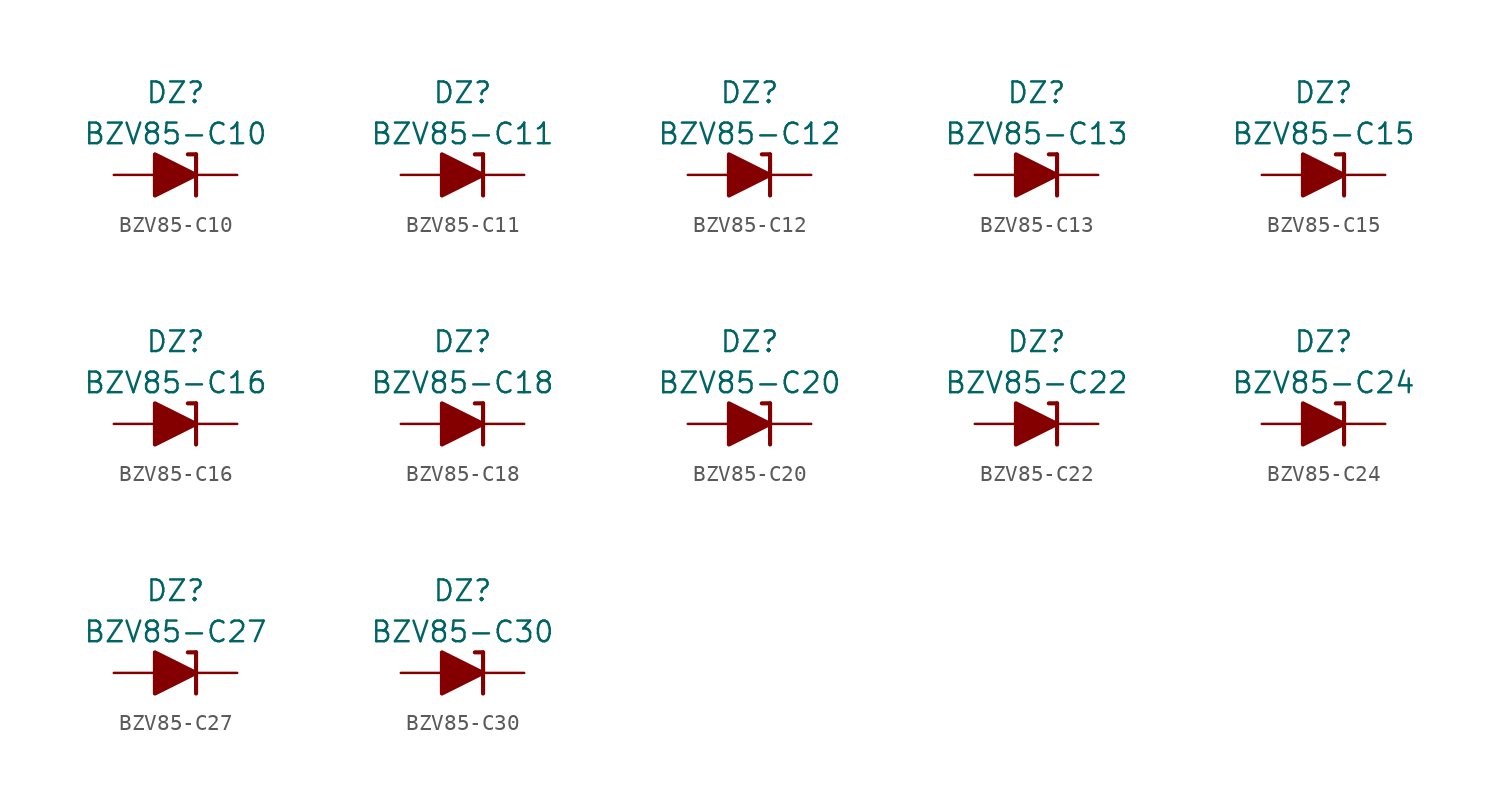
<source format=kicad_sym>
(kicad_symbol_lib
  (version 20211014)
  (generator kicad_symbol_editor)
  (symbol "BZV85-C10"
    (pin_numbers hide)
    (pin_names
      (offset 1.016) hide)
    (property "Reference" "DZ"
      (at 0 5.08 0)
      (effects (font (size 1.27 1.27))))
    (property "Value" "BZV85-C10"
      (at 0 2.54 0)
      (effects (font (size 1.27 1.27))))
    (symbol "BZV85-C10_0_1"
      (polyline (pts (xy -1.27 0) (xy 1.27 0)) (stroke (width 0) (type default) (color 0 0 0 0)) (fill (type none)))
      (polyline (pts (xy 1.27 1.27) (xy 0.762 1.27)) (stroke (width 0.254) (type default) (color 0 0 0 0)) (fill (type none)))
      (polyline (pts (xy 1.27 1.27) (xy 1.27 -1.27)) (stroke (width 0.254) (type default) (color 0 0 0 0)) (fill (type none)))
      (polyline (pts (xy -1.27 -1.27) (xy -1.27 1.27) (xy 1.27 0) (xy -1.27 -1.27)) (stroke (width 0.254) (type default) (color 0 0 0 0)) (fill (type outline))))
    (symbol "BZV85-C10_1_1"
      (pin passive line (at 3.81 0 180) (length 2.54) (name "K" (effects (font (size 1.27 1.27)))) (number "1" (effects (font (size 1.27 1.27)))))
      (pin passive line (at -3.81 0 0) (length 2.54) (name "A" (effects (font (size 1.27 1.27)))) (number "2" (effects (font (size 1.27 1.27)))))))
  (symbol "BZV85-C11"
    (pin_numbers hide)
    (pin_names
      (offset 1.016) hide)
    (property "Reference" "DZ"
      (at 0 5.08 0)
      (effects (font (size 1.27 1.27))))
    (property "Value" "BZV85-C11"
      (at 0 2.54 0)
      (effects (font (size 1.27 1.27))))
    (symbol "BZV85-C11_0_1"
      (polyline (pts (xy -1.27 0) (xy 1.27 0)) (stroke (width 0) (type default) (color 0 0 0 0)) (fill (type none)))
      (polyline (pts (xy 1.27 1.27) (xy 0.762 1.27)) (stroke (width 0.254) (type default) (color 0 0 0 0)) (fill (type none)))
      (polyline (pts (xy 1.27 1.27) (xy 1.27 -1.27)) (stroke (width 0.254) (type default) (color 0 0 0 0)) (fill (type none)))
      (polyline (pts (xy -1.27 -1.27) (xy -1.27 1.27) (xy 1.27 0) (xy -1.27 -1.27)) (stroke (width 0.254) (type default) (color 0 0 0 0)) (fill (type outline))))
    (symbol "BZV85-C11_1_1"
      (pin passive line (at 3.81 0 180) (length 2.54) (name "K" (effects (font (size 1.27 1.27)))) (number "1" (effects (font (size 1.27 1.27)))))
      (pin passive line (at -3.81 0 0) (length 2.54) (name "A" (effects (font (size 1.27 1.27)))) (number "2" (effects (font (size 1.27 1.27)))))))
  (symbol "BZV85-C12"
    (pin_numbers hide)
    (pin_names
      (offset 1.016) hide)
    (property "Reference" "DZ"
      (at 0 5.08 0)
      (effects (font (size 1.27 1.27))))
    (property "Value" "BZV85-C12"
      (at 0 2.54 0)
      (effects (font (size 1.27 1.27))))
    (symbol "BZV85-C12_0_1"
      (polyline (pts (xy -1.27 0) (xy 1.27 0)) (stroke (width 0) (type default) (color 0 0 0 0)) (fill (type none)))
      (polyline (pts (xy 1.27 1.27) (xy 0.762 1.27)) (stroke (width 0.254) (type default) (color 0 0 0 0)) (fill (type none)))
      (polyline (pts (xy 1.27 1.27) (xy 1.27 -1.27)) (stroke (width 0.254) (type default) (color 0 0 0 0)) (fill (type none)))
      (polyline (pts (xy -1.27 -1.27) (xy -1.27 1.27) (xy 1.27 0) (xy -1.27 -1.27)) (stroke (width 0.254) (type default) (color 0 0 0 0)) (fill (type outline))))
    (symbol "BZV85-C12_1_1"
      (pin passive line (at 3.81 0 180) (length 2.54) (name "K" (effects (font (size 1.27 1.27)))) (number "1" (effects (font (size 1.27 1.27)))))
      (pin passive line (at -3.81 0 0) (length 2.54) (name "A" (effects (font (size 1.27 1.27)))) (number "2" (effects (font (size 1.27 1.27)))))))
  (symbol "BZV85-C13"
    (pin_numbers hide)
    (pin_names
      (offset 1.016) hide)
    (property "Reference" "DZ"
      (at 0 5.08 0)
      (effects (font (size 1.27 1.27))))
    (property "Value" "BZV85-C13"
      (at 0 2.54 0)
      (effects (font (size 1.27 1.27))))
    (symbol "BZV85-C13_0_1"
      (polyline (pts (xy -1.27 0) (xy 1.27 0)) (stroke (width 0) (type default) (color 0 0 0 0)) (fill (type none)))
      (polyline (pts (xy 1.27 1.27) (xy 0.762 1.27)) (stroke (width 0.254) (type default) (color 0 0 0 0)) (fill (type none)))
      (polyline (pts (xy 1.27 1.27) (xy 1.27 -1.27)) (stroke (width 0.254) (type default) (color 0 0 0 0)) (fill (type none)))
      (polyline (pts (xy -1.27 -1.27) (xy -1.27 1.27) (xy 1.27 0) (xy -1.27 -1.27)) (stroke (width 0.254) (type default) (color 0 0 0 0)) (fill (type outline))))
    (symbol "BZV85-C13_1_1"
      (pin passive line (at 3.81 0 180) (length 2.54) (name "K" (effects (font (size 1.27 1.27)))) (number "1" (effects (font (size 1.27 1.27)))))
      (pin passive line (at -3.81 0 0) (length 2.54) (name "A" (effects (font (size 1.27 1.27)))) (number "2" (effects (font (size 1.27 1.27)))))))
  (symbol "BZV85-C15"
    (pin_numbers hide)
    (pin_names
      (offset 1.016) hide)
    (property "Reference" "DZ"
      (at 0 5.08 0)
      (effects (font (size 1.27 1.27))))
    (property "Value" "BZV85-C15"
      (at 0 2.54 0)
      (effects (font (size 1.27 1.27))))
    (symbol "BZV85-C15_0_1"
      (polyline (pts (xy -1.27 0) (xy 1.27 0)) (stroke (width 0) (type default) (color 0 0 0 0)) (fill (type none)))
      (polyline (pts (xy 1.27 1.27) (xy 0.762 1.27)) (stroke (width 0.254) (type default) (color 0 0 0 0)) (fill (type none)))
      (polyline (pts (xy 1.27 1.27) (xy 1.27 -1.27)) (stroke (width 0.254) (type default) (color 0 0 0 0)) (fill (type none)))
      (polyline (pts (xy -1.27 -1.27) (xy -1.27 1.27) (xy 1.27 0) (xy -1.27 -1.27)) (stroke (width 0.254) (type default) (color 0 0 0 0)) (fill (type outline))))
    (symbol "BZV85-C15_1_1"
      (pin passive line (at 3.81 0 180) (length 2.54) (name "K" (effects (font (size 1.27 1.27)))) (number "1" (effects (font (size 1.27 1.27)))))
      (pin passive line (at -3.81 0 0) (length 2.54) (name "A" (effects (font (size 1.27 1.27)))) (number "2" (effects (font (size 1.27 1.27)))))))
  (symbol "BZV85-C16"
    (pin_numbers hide)
    (pin_names
      (offset 1.016) hide)
    (property "Reference" "DZ"
      (at 0 5.08 0)
      (effects (font (size 1.27 1.27))))
    (property "Value" "BZV85-C16"
      (at 0 2.54 0)
      (effects (font (size 1.27 1.27))))
    (symbol "BZV85-C16_0_1"
      (polyline (pts (xy -1.27 0) (xy 1.27 0)) (stroke (width 0) (type default) (color 0 0 0 0)) (fill (type none)))
      (polyline (pts (xy 1.27 1.27) (xy 0.762 1.27)) (stroke (width 0.254) (type default) (color 0 0 0 0)) (fill (type none)))
      (polyline (pts (xy 1.27 1.27) (xy 1.27 -1.27)) (stroke (width 0.254) (type default) (color 0 0 0 0)) (fill (type none)))
      (polyline (pts (xy -1.27 -1.27) (xy -1.27 1.27) (xy 1.27 0) (xy -1.27 -1.27)) (stroke (width 0.254) (type default) (color 0 0 0 0)) (fill (type outline))))
    (symbol "BZV85-C16_1_1"
      (pin passive line (at 3.81 0 180) (length 2.54) (name "K" (effects (font (size 1.27 1.27)))) (number "1" (effects (font (size 1.27 1.27)))))
      (pin passive line (at -3.81 0 0) (length 2.54) (name "A" (effects (font (size 1.27 1.27)))) (number "2" (effects (font (size 1.27 1.27)))))))
  (symbol "BZV85-C18"
    (pin_numbers hide)
    (pin_names
      (offset 1.016) hide)
    (property "Reference" "DZ"
      (at 0 5.08 0)
      (effects (font (size 1.27 1.27))))
    (property "Value" "BZV85-C18"
      (at 0 2.54 0)
      (effects (font (size 1.27 1.27))))
    (symbol "BZV85-C18_0_1"
      (polyline (pts (xy -1.27 0) (xy 1.27 0)) (stroke (width 0) (type default) (color 0 0 0 0)) (fill (type none)))
      (polyline (pts (xy 1.27 1.27) (xy 0.762 1.27)) (stroke (width 0.254) (type default) (color 0 0 0 0)) (fill (type none)))
      (polyline (pts (xy 1.27 1.27) (xy 1.27 -1.27)) (stroke (width 0.254) (type default) (color 0 0 0 0)) (fill (type none)))
      (polyline (pts (xy -1.27 -1.27) (xy -1.27 1.27) (xy 1.27 0) (xy -1.27 -1.27)) (stroke (width 0.254) (type default) (color 0 0 0 0)) (fill (type outline))))
    (symbol "BZV85-C18_1_1"
      (pin passive line (at 3.81 0 180) (length 2.54) (name "K" (effects (font (size 1.27 1.27)))) (number "1" (effects (font (size 1.27 1.27)))))
      (pin passive line (at -3.81 0 0) (length 2.54) (name "A" (effects (font (size 1.27 1.27)))) (number "2" (effects (font (size 1.27 1.27)))))))
  (symbol "BZV85-C20"
    (pin_numbers hide)
    (pin_names
      (offset 1.016) hide)
    (property "Reference" "DZ"
      (at 0 5.08 0)
      (effects (font (size 1.27 1.27))))
    (property "Value" "BZV85-C20"
      (at 0 2.54 0)
      (effects (font (size 1.27 1.27))))
    (symbol "BZV85-C20_0_1"
      (polyline (pts (xy -1.27 0) (xy 1.27 0)) (stroke (width 0) (type default) (color 0 0 0 0)) (fill (type none)))
      (polyline (pts (xy 1.27 1.27) (xy 0.762 1.27)) (stroke (width 0.254) (type default) (color 0 0 0 0)) (fill (type none)))
      (polyline (pts (xy 1.27 1.27) (xy 1.27 -1.27)) (stroke (width 0.254) (type default) (color 0 0 0 0)) (fill (type none)))
      (polyline (pts (xy -1.27 -1.27) (xy -1.27 1.27) (xy 1.27 0) (xy -1.27 -1.27)) (stroke (width 0.254) (type default) (color 0 0 0 0)) (fill (type outline))))
    (symbol "BZV85-C20_1_1"
      (pin passive line (at 3.81 0 180) (length 2.54) (name "K" (effects (font (size 1.27 1.27)))) (number "1" (effects (font (size 1.27 1.27)))))
      (pin passive line (at -3.81 0 0) (length 2.54) (name "A" (effects (font (size 1.27 1.27)))) (number "2" (effects (font (size 1.27 1.27)))))))
  (symbol "BZV85-C22"
    (pin_numbers hide)
    (pin_names
      (offset 1.016) hide)
    (property "Reference" "DZ"
      (at 0 5.08 0)
      (effects (font (size 1.27 1.27))))
    (property "Value" "BZV85-C22"
      (at 0 2.54 0)
      (effects (font (size 1.27 1.27))))
    (symbol "BZV85-C22_0_1"
      (polyline (pts (xy -1.27 0) (xy 1.27 0)) (stroke (width 0) (type default) (color 0 0 0 0)) (fill (type none)))
      (polyline (pts (xy 1.27 1.27) (xy 0.762 1.27)) (stroke (width 0.254) (type default) (color 0 0 0 0)) (fill (type none)))
      (polyline (pts (xy 1.27 1.27) (xy 1.27 -1.27)) (stroke (width 0.254) (type default) (color 0 0 0 0)) (fill (type none)))
      (polyline (pts (xy -1.27 -1.27) (xy -1.27 1.27) (xy 1.27 0) (xy -1.27 -1.27)) (stroke (width 0.254) (type default) (color 0 0 0 0)) (fill (type outline))))
    (symbol "BZV85-C22_1_1"
      (pin passive line (at 3.81 0 180) (length 2.54) (name "K" (effects (font (size 1.27 1.27)))) (number "1" (effects (font (size 1.27 1.27)))))
      (pin passive line (at -3.81 0 0) (length 2.54) (name "A" (effects (font (size 1.27 1.27)))) (number "2" (effects (font (size 1.27 1.27)))))))
  (symbol "BZV85-C24"
    (pin_numbers hide)
    (pin_names
      (offset 1.016) hide)
    (property "Reference" "DZ"
      (at 0 5.08 0)
      (effects (font (size 1.27 1.27))))
    (property "Value" "BZV85-C24"
      (at 0 2.54 0)
      (effects (font (size 1.27 1.27))))
    (symbol "BZV85-C24_0_1"
      (polyline (pts (xy -1.27 0) (xy 1.27 0)) (stroke (width 0) (type default) (color 0 0 0 0)) (fill (type none)))
      (polyline (pts (xy 1.27 1.27) (xy 0.762 1.27)) (stroke (width 0.254) (type default) (color 0 0 0 0)) (fill (type none)))
      (polyline (pts (xy 1.27 1.27) (xy 1.27 -1.27)) (stroke (width 0.254) (type default) (color 0 0 0 0)) (fill (type none)))
      (polyline (pts (xy -1.27 -1.27) (xy -1.27 1.27) (xy 1.27 0) (xy -1.27 -1.27)) (stroke (width 0.254) (type default) (color 0 0 0 0)) (fill (type outline))))
    (symbol "BZV85-C24_1_1"
      (pin passive line (at 3.81 0 180) (length 2.54) (name "K" (effects (font (size 1.27 1.27)))) (number "1" (effects (font (size 1.27 1.27)))))
      (pin passive line (at -3.81 0 0) (length 2.54) (name "A" (effects (font (size 1.27 1.27)))) (number "2" (effects (font (size 1.27 1.27)))))))
  (symbol "BZV85-C27"
    (pin_numbers hide)
    (pin_names
      (offset 1.016) hide)
    (property "Reference" "DZ"
      (at 0 5.08 0)
      (effects (font (size 1.27 1.27))))
    (property "Value" "BZV85-C27"
      (at 0 2.54 0)
      (effects (font (size 1.27 1.27))))
    (symbol "BZV85-C27_0_1"
      (polyline (pts (xy -1.27 0) (xy 1.27 0)) (stroke (width 0) (type default) (color 0 0 0 0)) (fill (type none)))
      (polyline (pts (xy 1.27 1.27) (xy 0.762 1.27)) (stroke (width 0.254) (type default) (color 0 0 0 0)) (fill (type none)))
      (polyline (pts (xy 1.27 1.27) (xy 1.27 -1.27)) (stroke (width 0.254) (type default) (color 0 0 0 0)) (fill (type none)))
      (polyline (pts (xy -1.27 -1.27) (xy -1.27 1.27) (xy 1.27 0) (xy -1.27 -1.27)) (stroke (width 0.254) (type default) (color 0 0 0 0)) (fill (type outline))))
    (symbol "BZV85-C27_1_1"
      (pin passive line (at 3.81 0 180) (length 2.54) (name "K" (effects (font (size 1.27 1.27)))) (number "1" (effects (font (size 1.27 1.27)))))
      (pin passive line (at -3.81 0 0) (length 2.54) (name "A" (effects (font (size 1.27 1.27)))) (number "2" (effects (font (size 1.27 1.27)))))))
  (symbol "BZV85-C30"
    (pin_numbers hide)
    (pin_names
      (offset 1.016) hide)
    (property "Reference" "DZ"
      (at 0 5.08 0)
      (effects (font (size 1.27 1.27))))
    (property "Value" "BZV85-C30"
      (at 0 2.54 0)
      (effects (font (size 1.27 1.27))))
    (symbol "BZV85-C30_0_1"
      (polyline (pts (xy -1.27 0) (xy 1.27 0)) (stroke (width 0) (type default) (color 0 0 0 0)) (fill (type none)))
      (polyline (pts (xy 1.27 1.27) (xy 0.762 1.27)) (stroke (width 0.254) (type default) (color 0 0 0 0)) (fill (type none)))
      (polyline (pts (xy 1.27 1.27) (xy 1.27 -1.27)) (stroke (width 0.254) (type default) (color 0 0 0 0)) (fill (type none)))
      (polyline (pts (xy -1.27 -1.27) (xy -1.27 1.27) (xy 1.27 0) (xy -1.27 -1.27)) (stroke (width 0.254) (type default) (color 0 0 0 0)) (fill (type outline))))
    (symbol "BZV85-C30_1_1"
      (pin passive line (at 3.81 0 180) (length 2.54) (name "K" (effects (font (size 1.27 1.27)))) (number "1" (effects (font (size 1.27 1.27)))))
      (pin passive line (at -3.81 0 0) (length 2.54) (name "A" (effects (font (size 1.27 1.27)))) (number "2" (effects (font (size 1.27 1.27))))))))
</source>
